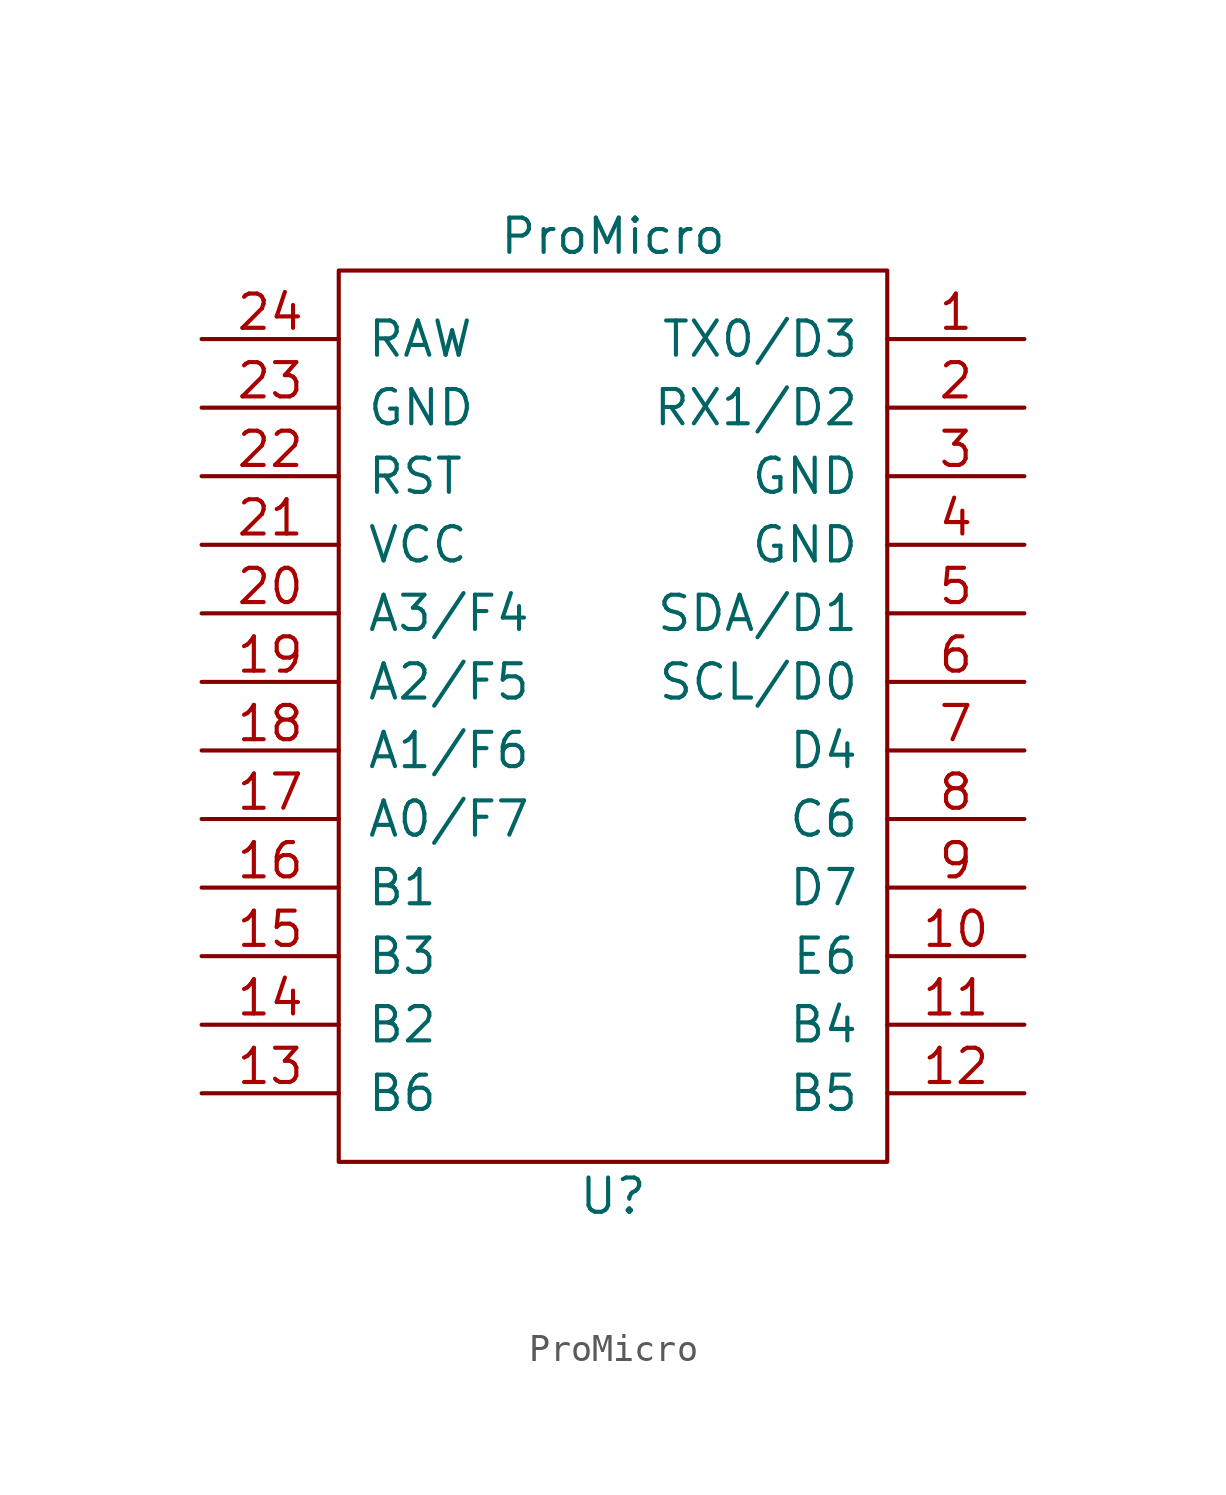
<source format=kicad_sym>
(kicad_symbol_lib
  (version 20211014)
  (generator kicad_symbol_editor)
  (symbol "ProMicro"
    (pin_names
      (offset 1.016))
    (property "Reference" "U"
      (at 0 -16.51 0)
      (effects (font (size 1.27 1.27))))
    (property "Value" "ProMicro"
      (at 0 19.05 0)
      (effects (font (size 1.27 1.27))))
    (symbol "ProMicro_0_1"
      (rectangle (start -10.16 17.78) (end 10.16 -15.24) (stroke (width 0) (type default) (color 0 0 0 0)) (fill (type none))))
    (symbol "ProMicro_1_1"
      (pin bidirectional line (at 15.24 15.24 180) (length 5.08) (name "TX0/D3" (effects (font (size 1.27 1.27)))) (number "1" (effects (font (size 1.27 1.27)))))
      (pin bidirectional line (at 15.24 -7.62 180) (length 5.08) (name "E6" (effects (font (size 1.27 1.27)))) (number "10" (effects (font (size 1.27 1.27)))))
      (pin bidirectional line (at 15.24 -10.16 180) (length 5.08) (name "B4" (effects (font (size 1.27 1.27)))) (number "11" (effects (font (size 1.27 1.27)))))
      (pin bidirectional line (at 15.24 -12.7 180) (length 5.08) (name "B5" (effects (font (size 1.27 1.27)))) (number "12" (effects (font (size 1.27 1.27)))))
      (pin bidirectional line (at -15.24 -12.7 0) (length 5.08) (name "B6" (effects (font (size 1.27 1.27)))) (number "13" (effects (font (size 1.27 1.27)))))
      (pin bidirectional line (at -15.24 -10.16 0) (length 5.08) (name "B2" (effects (font (size 1.27 1.27)))) (number "14" (effects (font (size 1.27 1.27)))))
      (pin bidirectional line (at -15.24 -7.62 0) (length 5.08) (name "B3" (effects (font (size 1.27 1.27)))) (number "15" (effects (font (size 1.27 1.27)))))
      (pin bidirectional line (at -15.24 -5.08 0) (length 5.08) (name "B1" (effects (font (size 1.27 1.27)))) (number "16" (effects (font (size 1.27 1.27)))))
      (pin bidirectional line (at -15.24 -2.54 0) (length 5.08) (name "A0/F7" (effects (font (size 1.27 1.27)))) (number "17" (effects (font (size 1.27 1.27)))))
      (pin bidirectional line (at -15.24 0 0) (length 5.08) (name "A1/F6" (effects (font (size 1.27 1.27)))) (number "18" (effects (font (size 1.27 1.27)))))
      (pin bidirectional line (at -15.24 2.54 0) (length 5.08) (name "A2/F5" (effects (font (size 1.27 1.27)))) (number "19" (effects (font (size 1.27 1.27)))))
      (pin bidirectional line (at 15.24 12.7 180) (length 5.08) (name "RX1/D2" (effects (font (size 1.27 1.27)))) (number "2" (effects (font (size 1.27 1.27)))))
      (pin bidirectional line (at -15.24 5.08 0) (length 5.08) (name "A3/F4" (effects (font (size 1.27 1.27)))) (number "20" (effects (font (size 1.27 1.27)))))
      (pin power_in line (at -15.24 7.62 0) (length 5.08) (name "VCC" (effects (font (size 1.27 1.27)))) (number "21" (effects (font (size 1.27 1.27)))))
      (pin input line (at -15.24 10.16 0) (length 5.08) (name "RST" (effects (font (size 1.27 1.27)))) (number "22" (effects (font (size 1.27 1.27)))))
      (pin power_in line (at -15.24 12.7 0) (length 5.08) (name "GND" (effects (font (size 1.27 1.27)))) (number "23" (effects (font (size 1.27 1.27)))))
      (pin power_out line (at -15.24 15.24 0) (length 5.08) (name "RAW" (effects (font (size 1.27 1.27)))) (number "24" (effects (font (size 1.27 1.27)))))
      (pin power_in line (at 15.24 10.16 180) (length 5.08) (name "GND" (effects (font (size 1.27 1.27)))) (number "3" (effects (font (size 1.27 1.27)))))
      (pin power_in line (at 15.24 7.62 180) (length 5.08) (name "GND" (effects (font (size 1.27 1.27)))) (number "4" (effects (font (size 1.27 1.27)))))
      (pin bidirectional line (at 15.24 5.08 180) (length 5.08) (name "SDA/D1" (effects (font (size 1.27 1.27)))) (number "5" (effects (font (size 1.27 1.27)))))
      (pin bidirectional line (at 15.24 2.54 180) (length 5.08) (name "SCL/D0" (effects (font (size 1.27 1.27)))) (number "6" (effects (font (size 1.27 1.27)))))
      (pin bidirectional line (at 15.24 0 180) (length 5.08) (name "D4" (effects (font (size 1.27 1.27)))) (number "7" (effects (font (size 1.27 1.27)))))
      (pin bidirectional line (at 15.24 -2.54 180) (length 5.08) (name "C6" (effects (font (size 1.27 1.27)))) (number "8" (effects (font (size 1.27 1.27)))))
      (pin bidirectional line (at 15.24 -5.08 180) (length 5.08) (name "D7" (effects (font (size 1.27 1.27)))) (number "9" (effects (font (size 1.27 1.27))))))))
</source>
